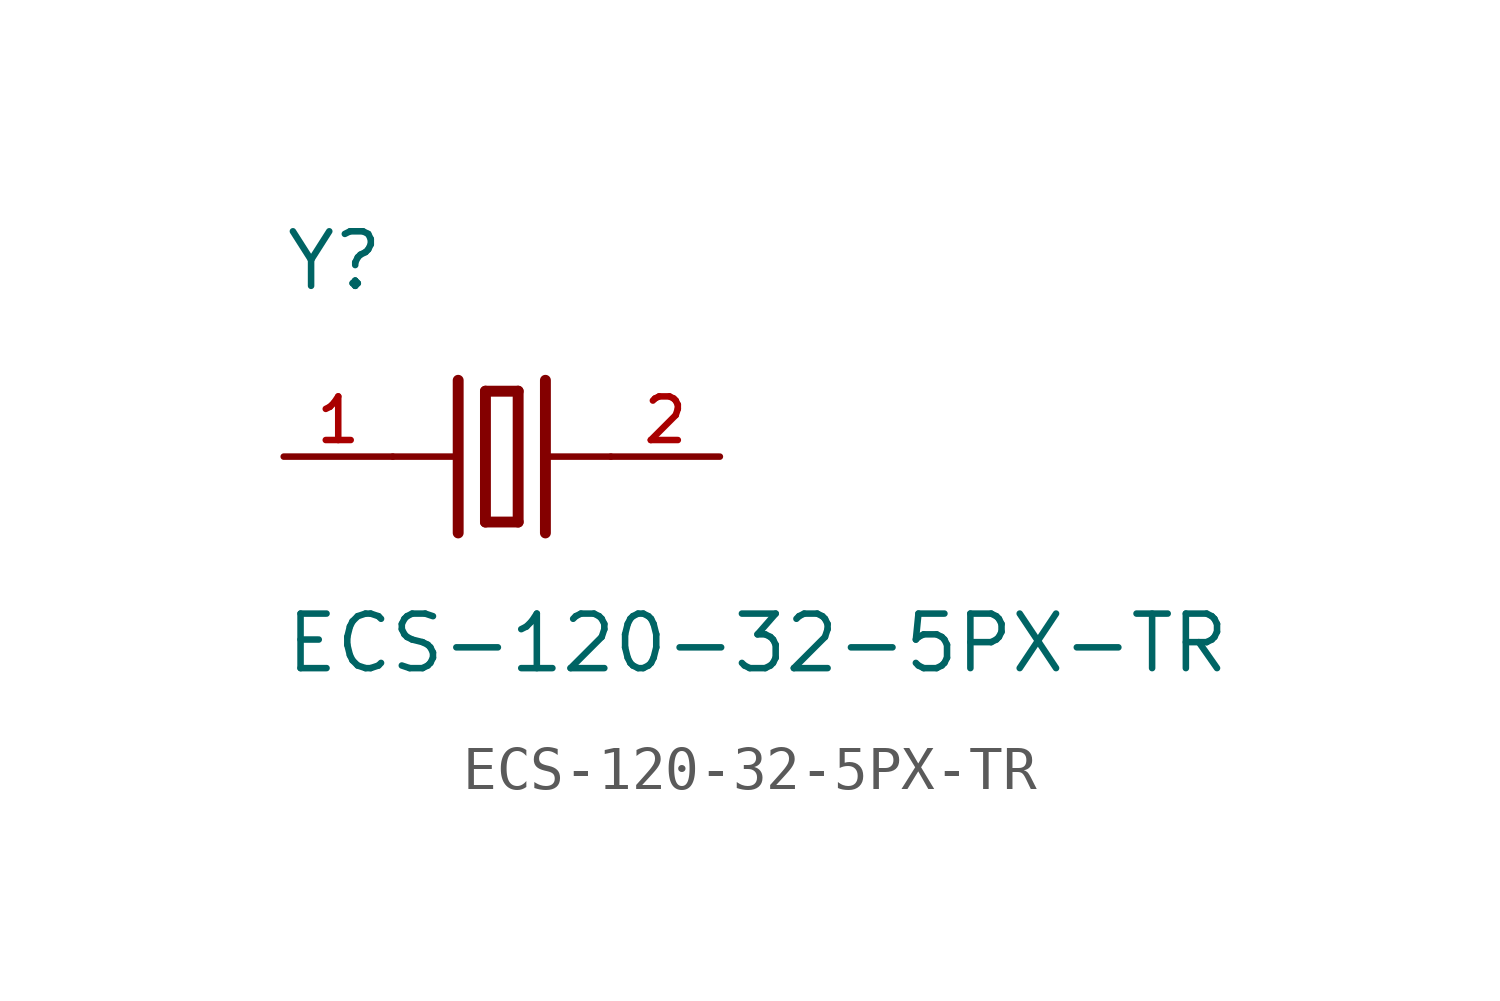
<source format=kicad_sym>
(kicad_symbol_lib
  (version 20211014)
  (generator kicad_symbol_editor)
  (symbol "ECS-120-32-5PX-TR"
    (pin_names
      (offset 1.016))
    (property "Reference" "Y"
      (at -5.087 3.815 0)
      (effects (font (size 1.27 1.27)) (justify bottom left)))
    (property "Value" "ECS-120-32-5PX-TR"
      (at -5.09 -5.09 0)
      (effects (font (size 1.27 1.27)) (justify bottom left)))
    (symbol "ECS-120-32-5PX-TR_0_0"
      (polyline (pts (xy 1.016 0.0) (xy 2.54 0.0)) (stroke (width 0.152)))
      (polyline (pts (xy -2.54 0.0) (xy -1.016 0.0)) (stroke (width 0.152)))
      (polyline (pts (xy -0.381 1.524) (xy -0.381 -1.524)) (stroke (width 0.254)))
      (polyline (pts (xy -0.381 -1.524) (xy 0.381 -1.524)) (stroke (width 0.254)))
      (polyline (pts (xy 0.381 -1.524) (xy 0.381 1.524)) (stroke (width 0.254)))
      (polyline (pts (xy 0.381 1.524) (xy -0.381 1.524)) (stroke (width 0.254)))
      (polyline (pts (xy 1.016 1.778) (xy 1.016 -1.778)) (stroke (width 0.254)))
      (polyline (pts (xy -1.016 1.778) (xy -1.016 -1.778)) (stroke (width 0.254)))
      (pin passive line (at 5.08 0.0 180.0) (length 2.54) (name "~" (effects (font (size 1.016 1.016)))) (number "2" (effects (font (size 1.016 1.016)))))
      (pin passive line (at -5.08 0.0 0) (length 2.54) (name "~" (effects (font (size 1.016 1.016)))) (number "1" (effects (font (size 1.016 1.016))))))))
</source>
